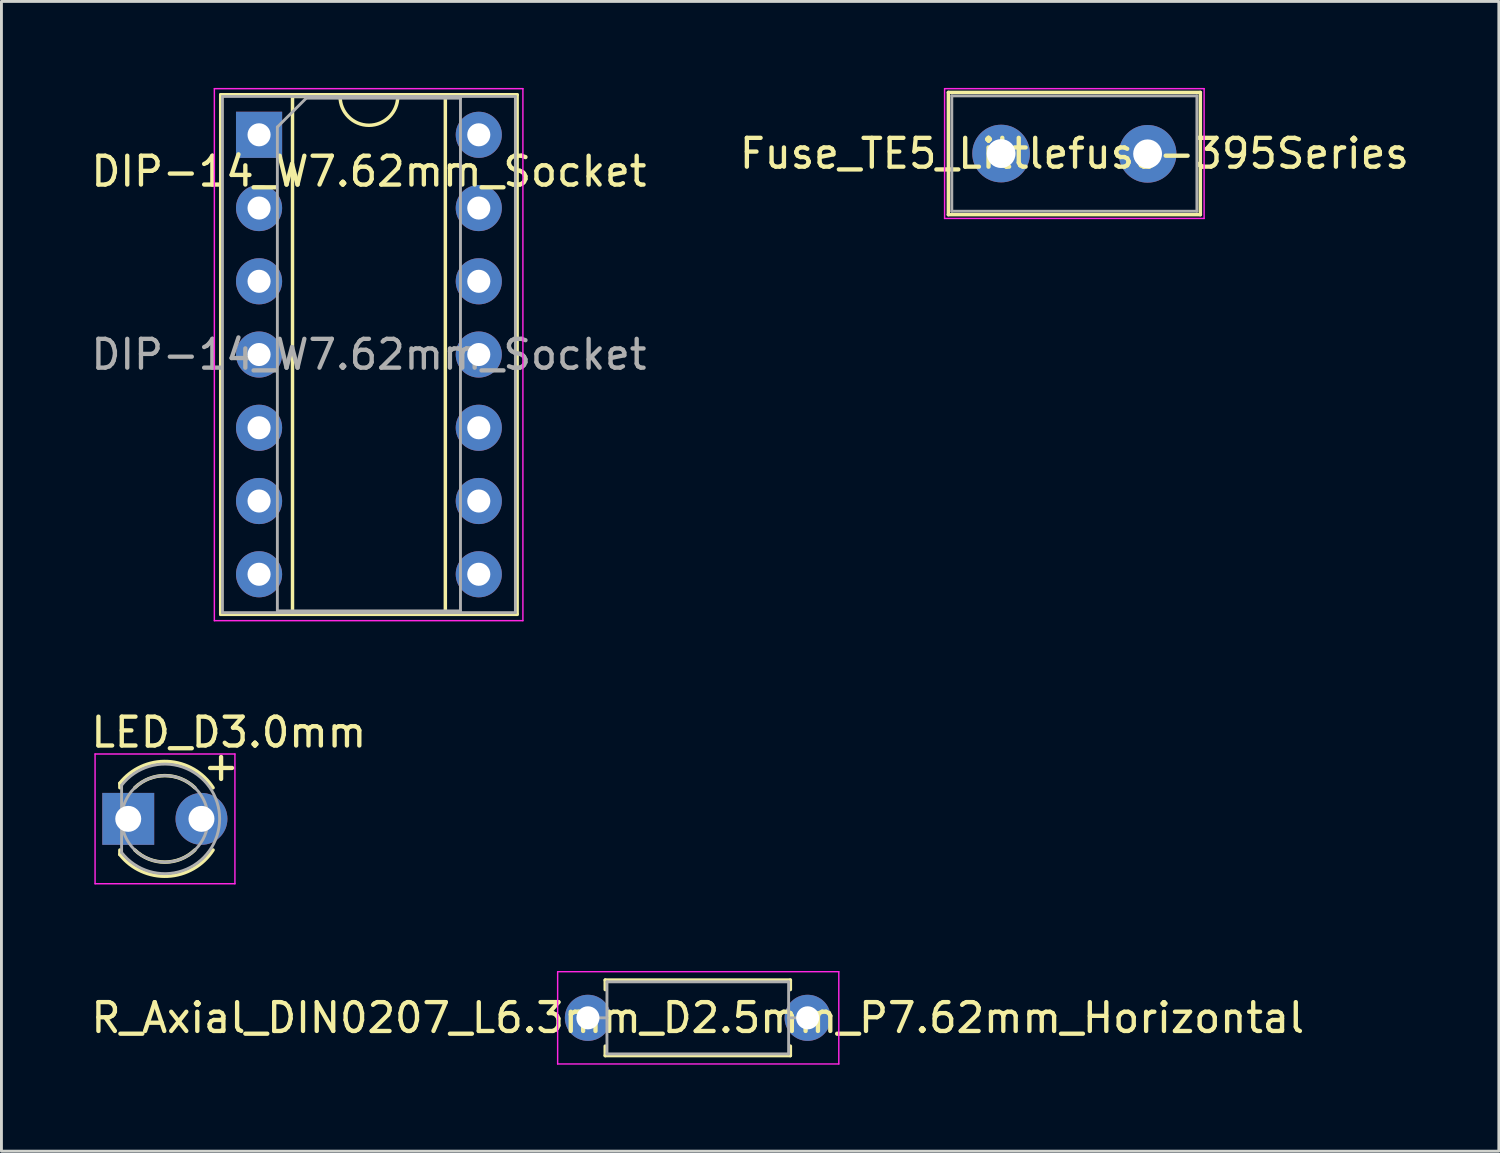
<source format=kicad_pcb>
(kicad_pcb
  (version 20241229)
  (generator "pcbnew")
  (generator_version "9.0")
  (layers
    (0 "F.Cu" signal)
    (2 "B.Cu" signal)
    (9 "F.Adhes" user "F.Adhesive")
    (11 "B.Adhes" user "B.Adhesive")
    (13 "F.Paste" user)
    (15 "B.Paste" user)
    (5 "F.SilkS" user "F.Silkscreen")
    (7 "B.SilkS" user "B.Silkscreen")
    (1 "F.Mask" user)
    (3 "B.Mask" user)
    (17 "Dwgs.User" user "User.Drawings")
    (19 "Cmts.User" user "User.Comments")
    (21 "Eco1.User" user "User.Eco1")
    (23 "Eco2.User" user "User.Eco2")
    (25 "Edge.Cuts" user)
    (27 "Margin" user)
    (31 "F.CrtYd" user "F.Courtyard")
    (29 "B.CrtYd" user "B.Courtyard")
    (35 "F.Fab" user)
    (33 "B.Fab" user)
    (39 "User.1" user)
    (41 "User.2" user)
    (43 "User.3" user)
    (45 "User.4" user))
  (footprint "Fuse_TE5_Littlefuse-395Series"
    (layer "F.Cu")
    (at 31.668 2.275)
    (property "Reference" "Fuse_TE5_Littlefuse-395Series" (at 2.54 0 0) (layer "F.SilkS") (effects (font (size 1 1) (thickness 0.15))))
    (attr through_hole)
    (fp_line (start -1.83 -2.12) (end -1.83 2.12) (stroke (width 0.12) (type solid)) (layer "F.SilkS"))
    (fp_line (start -1.83 -2.12) (end 6.91 -2.12) (stroke (width 0.12) (type solid)) (layer "F.SilkS"))
    (fp_line (start 6.91 2.12) (end -1.83 2.12) (stroke (width 0.12) (type solid)) (layer "F.SilkS"))
    (fp_line (start 6.91 2.12) (end 6.91 -2.12) (stroke (width 0.12) (type solid)) (layer "F.SilkS"))
    (fp_line (start -1.96 -2.25) (end -1.96 2.25) (stroke (width 0.05) (type solid)) (layer "F.CrtYd"))
    (fp_line (start -1.96 -2.25) (end 7.04 -2.25) (stroke (width 0.05) (type solid)) (layer "F.CrtYd"))
    (fp_line (start 7.04 2.25) (end -1.96 2.25) (stroke (width 0.05) (type solid)) (layer "F.CrtYd"))
    (fp_line (start 7.04 2.25) (end 7.04 -2.25) (stroke (width 0.05) (type solid)) (layer "F.CrtYd"))
    (fp_line (start -1.71 -2) (end -1.71 2) (stroke (width 0.1) (type solid)) (layer "F.Fab"))
    (fp_line (start -1.71 2) (end 6.79 2) (stroke (width 0.1) (type solid)) (layer "F.Fab"))
    (fp_line (start 6.79 -2) (end -1.71 -2) (stroke (width 0.1) (type solid)) (layer "F.Fab"))
    (fp_line (start 6.79 2) (end 6.79 -2) (stroke (width 0.1) (type solid)) (layer "F.Fab"))
    (pad "1" thru_hole circle (at 0 0) (size 2 2) (drill 1) (layers "*.Cu" "*.Mask"))
    (pad "2" thru_hole circle (at 5.08 0.01) (size 2 2) (drill 1) (layers "*.Cu" "*.Mask")))
  (footprint "DIP-14_W7.62mm_Socket"
    (layer "F.Cu")
    (at 5.934 1.625)
    (property "Reference" "DIP-14_W7.62mm_Socket" (at 3.81 1.27 0) (layer "F.SilkS") (effects (font (size 1 1) (thickness 0.15))))
    (attr through_hole)
    (fp_line (start -1.33 -1.39) (end -1.33 16.63) (stroke (width 0.12) (type solid)) (layer "F.SilkS"))
    (fp_line (start -1.33 16.63) (end 8.95 16.63) (stroke (width 0.12) (type solid)) (layer "F.SilkS"))
    (fp_line (start 1.16 -1.33) (end 1.16 16.57) (stroke (width 0.12) (type solid)) (layer "F.SilkS"))
    (fp_line (start 1.16 16.57) (end 6.46 16.57) (stroke (width 0.12) (type solid)) (layer "F.SilkS"))
    (fp_line (start 2.81 -1.33) (end 1.16 -1.33) (stroke (width 0.12) (type solid)) (layer "F.SilkS"))
    (fp_line (start 6.46 -1.33) (end 4.81 -1.33) (stroke (width 0.12) (type solid)) (layer "F.SilkS"))
    (fp_line (start 6.46 16.57) (end 6.46 -1.33) (stroke (width 0.12) (type solid)) (layer "F.SilkS"))
    (fp_line (start 8.95 -1.39) (end -1.33 -1.39) (stroke (width 0.12) (type solid)) (layer "F.SilkS"))
    (fp_line (start 8.95 16.63) (end 8.95 -1.39) (stroke (width 0.12) (type solid)) (layer "F.SilkS"))
    (fp_arc (start 4.81 -1.33) (mid 3.81 -0.33) (end 2.81 -1.33) (stroke (width 0.12) (type solid)) (layer "F.SilkS"))
    (fp_line (start -1.55 -1.6) (end -1.55 16.85) (stroke (width 0.05) (type solid)) (layer "F.CrtYd"))
    (fp_line (start -1.55 16.85) (end 9.15 16.85) (stroke (width 0.05) (type solid)) (layer "F.CrtYd"))
    (fp_line (start 9.15 -1.6) (end -1.55 -1.6) (stroke (width 0.05) (type solid)) (layer "F.CrtYd"))
    (fp_line (start 9.15 16.85) (end 9.15 -1.6) (stroke (width 0.05) (type solid)) (layer "F.CrtYd"))
    (fp_line (start -1.27 -1.33) (end -1.27 16.57) (stroke (width 0.1) (type solid)) (layer "F.Fab"))
    (fp_line (start -1.27 16.57) (end 8.89 16.57) (stroke (width 0.1) (type solid)) (layer "F.Fab"))
    (fp_line (start 0.635 -0.27) (end 1.635 -1.27) (stroke (width 0.1) (type solid)) (layer "F.Fab"))
    (fp_line (start 0.635 16.51) (end 0.635 -0.27) (stroke (width 0.1) (type solid)) (layer "F.Fab"))
    (fp_line (start 1.635 -1.27) (end 6.985 -1.27) (stroke (width 0.1) (type solid)) (layer "F.Fab"))
    (fp_line (start 6.985 -1.27) (end 6.985 16.51) (stroke (width 0.1) (type solid)) (layer "F.Fab"))
    (fp_line (start 6.985 16.51) (end 0.635 16.51) (stroke (width 0.1) (type solid)) (layer "F.Fab"))
    (fp_line (start 8.89 -1.33) (end -1.27 -1.33) (stroke (width 0.1) (type solid)) (layer "F.Fab"))
    (fp_line (start 8.89 16.57) (end 8.89 -1.33) (stroke (width 0.1) (type solid)) (layer "F.Fab"))
    (fp_text user "${REFERENCE}" (at 3.81 7.62 0) (layer "F.Fab") (effects (font (size 1 1) (thickness 0.15))))
    (pad "1" thru_hole rect (at 0 0) (size 1.6 1.6) (drill 0.8) (layers "*.Cu" "*.Mask"))
    (pad "2" thru_hole oval (at 0 2.54) (size 1.6 1.6) (drill 0.8) (layers "*.Cu" "*.Mask"))
    (pad "3" thru_hole oval (at 0 5.08) (size 1.6 1.6) (drill 0.8) (layers "*.Cu" "*.Mask"))
    (pad "4" thru_hole oval (at 0 7.62) (size 1.6 1.6) (drill 0.8) (layers "*.Cu" "*.Mask"))
    (pad "5" thru_hole oval (at 0 10.16) (size 1.6 1.6) (drill 0.8) (layers "*.Cu" "*.Mask"))
    (pad "6" thru_hole oval (at 0 12.7) (size 1.6 1.6) (drill 0.8) (layers "*.Cu" "*.Mask"))
    (pad "7" thru_hole oval (at 0 15.24) (size 1.6 1.6) (drill 0.8) (layers "*.Cu" "*.Mask"))
    (pad "8" thru_hole oval (at 7.62 15.24) (size 1.6 1.6) (drill 0.8) (layers "*.Cu" "*.Mask"))
    (pad "9" thru_hole oval (at 7.62 12.7) (size 1.6 1.6) (drill 0.8) (layers "*.Cu" "*.Mask"))
    (pad "10" thru_hole oval (at 7.62 10.16) (size 1.6 1.6) (drill 0.8) (layers "*.Cu" "*.Mask"))
    (pad "11" thru_hole oval (at 7.62 7.62) (size 1.6 1.6) (drill 0.8) (layers "*.Cu" "*.Mask"))
    (pad "12" thru_hole oval (at 7.62 5.08) (size 1.6 1.6) (drill 0.8) (layers "*.Cu" "*.Mask"))
    (pad "13" thru_hole oval (at 7.62 2.54) (size 1.6 1.6) (drill 0.8) (layers "*.Cu" "*.Mask"))
    (pad "14" thru_hole oval (at 7.62 0) (size 1.6 1.6) (drill 0.8) (layers "*.Cu" "*.Mask")))
  (footprint "LED_D3.0mm"
    (layer "F.Cu")
    (at 1.397 25.348)
    (property "Reference" "LED_D3.0mm" (at 3.49 -3 0) (layer "F.SilkS") (effects (font (size 1 1) (thickness 0.15))))
    (attr through_hole)
    (fp_line (start -0.29 -1.236) (end -0.29 -1.08) (stroke (width 0.12) (type solid)) (layer "F.SilkS"))
    (fp_line (start -0.29 1.08) (end -0.29 1.236) (stroke (width 0.12) (type solid)) (layer "F.SilkS"))
    (fp_arc (start -0.29 -1.235516) (mid 1.366487 -1.987659) (end 2.942335 -1.078608) (stroke (width 0.12) (type solid)) (layer "F.SilkS"))
    (fp_arc (start 0.229039 -1.08) (mid 1.270117 -1.5) (end 2.31113 -1.079837) (stroke (width 0.12) (type solid)) (layer "F.SilkS"))
    (fp_arc (start 2.31113 1.079837) (mid 1.270117 1.5) (end 0.229039 1.08) (stroke (width 0.12) (type solid)) (layer "F.SilkS"))
    (fp_arc (start 2.942335 1.078608) (mid 1.366487 1.987659) (end -0.29 1.235516) (stroke (width 0.12) (type solid)) (layer "F.SilkS"))
    (fp_line (start -1.15 -2.25) (end -1.15 2.25) (stroke (width 0.05) (type solid)) (layer "F.CrtYd"))
    (fp_line (start -1.15 2.25) (end 3.7 2.25) (stroke (width 0.05) (type solid)) (layer "F.CrtYd"))
    (fp_line (start 3.7 -2.25) (end -1.15 -2.25) (stroke (width 0.05) (type solid)) (layer "F.CrtYd"))
    (fp_line (start 3.7 2.25) (end 3.7 -2.25) (stroke (width 0.05) (type solid)) (layer "F.CrtYd"))
    (fp_line (start -0.23 -1.166) (end -0.23 1.166) (stroke (width 0.1) (type solid)) (layer "F.Fab"))
    (fp_arc (start -0.23 -1.16619) (mid 3.17 0.000452) (end -0.230555 1.165476) (stroke (width 0.1) (type solid)) (layer "F.Fab"))
    (fp_circle (center 1.27 0) (end 2.77 0) (stroke (width 0.1) (type solid)) (fill no) (layer "F.Fab"))
    (fp_text user "+" (at 3.22 -1.84 0) (layer "F.SilkS") (effects (font (size 1 1) (thickness 0.15))))
    (pad "1" thru_hole rect (at 0 0) (size 1.8 1.8) (drill 0.9) (layers "*.Cu" "*.Mask"))
    (pad "2" thru_hole circle (at 2.54 0) (size 1.8 1.8) (drill 0.9) (layers "*.Cu" "*.Mask")))
  (footprint "R_Axial_DIN0207_L6.3mm_D2.5mm_P7.62mm_Horizontal"
    (layer "F.Cu")
    (at 17.339 32.248)
    (property "Reference" "R_Axial_DIN0207_L6.3mm_D2.5mm_P7.62mm_Horizontal" (at 3.81 0 0) (layer "F.SilkS") (effects (font (size 1 1) (thickness 0.15))))
    (attr through_hole)
    (fp_line (start 0.6 -1.31) (end 7.02 -1.31) (stroke (width 0.12) (type solid)) (layer "F.SilkS"))
    (fp_line (start 0.6 -0.98) (end 0.6 -1.31) (stroke (width 0.12) (type solid)) (layer "F.SilkS"))
    (fp_line (start 0.6 0.98) (end 0.6 1.31) (stroke (width 0.12) (type solid)) (layer "F.SilkS"))
    (fp_line (start 0.6 1.31) (end 7.02 1.31) (stroke (width 0.12) (type solid)) (layer "F.SilkS"))
    (fp_line (start 7.02 -1.31) (end 7.02 -0.98) (stroke (width 0.12) (type solid)) (layer "F.SilkS"))
    (fp_line (start 7.02 1.31) (end 7.02 0.98) (stroke (width 0.12) (type solid)) (layer "F.SilkS"))
    (fp_line (start -1.05 -1.6) (end -1.05 1.6) (stroke (width 0.05) (type solid)) (layer "F.CrtYd"))
    (fp_line (start -1.05 1.6) (end 8.7 1.6) (stroke (width 0.05) (type solid)) (layer "F.CrtYd"))
    (fp_line (start 8.7 -1.6) (end -1.05 -1.6) (stroke (width 0.05) (type solid)) (layer "F.CrtYd"))
    (fp_line (start 8.7 1.6) (end 8.7 -1.6) (stroke (width 0.05) (type solid)) (layer "F.CrtYd"))
    (fp_line (start 0 0) (end 0.66 0) (stroke (width 0.1) (type solid)) (layer "F.Fab"))
    (fp_line (start 0.66 -1.25) (end 0.66 1.25) (stroke (width 0.1) (type solid)) (layer "F.Fab"))
    (fp_line (start 0.66 1.25) (end 6.96 1.25) (stroke (width 0.1) (type solid)) (layer "F.Fab"))
    (fp_line (start 6.96 -1.25) (end 0.66 -1.25) (stroke (width 0.1) (type solid)) (layer "F.Fab"))
    (fp_line (start 6.96 1.25) (end 6.96 -1.25) (stroke (width 0.1) (type solid)) (layer "F.Fab"))
    (fp_line (start 7.62 0) (end 6.96 0) (stroke (width 0.1) (type solid)) (layer "F.Fab"))
    (pad "1" thru_hole circle (at 0 0) (size 1.6 1.6) (drill 0.8) (layers "*.Cu" "*.Mask"))
    (pad "2" thru_hole oval (at 7.62 0) (size 1.6 1.6) (drill 0.8) (layers "*.Cu" "*.Mask")))
  (gr_rect
    (start -3 -3)
    (end 48.929 36.873)
    (stroke (width 0.1) (type default))
    (fill no)
    (layer "Edge.Cuts")))
</source>
